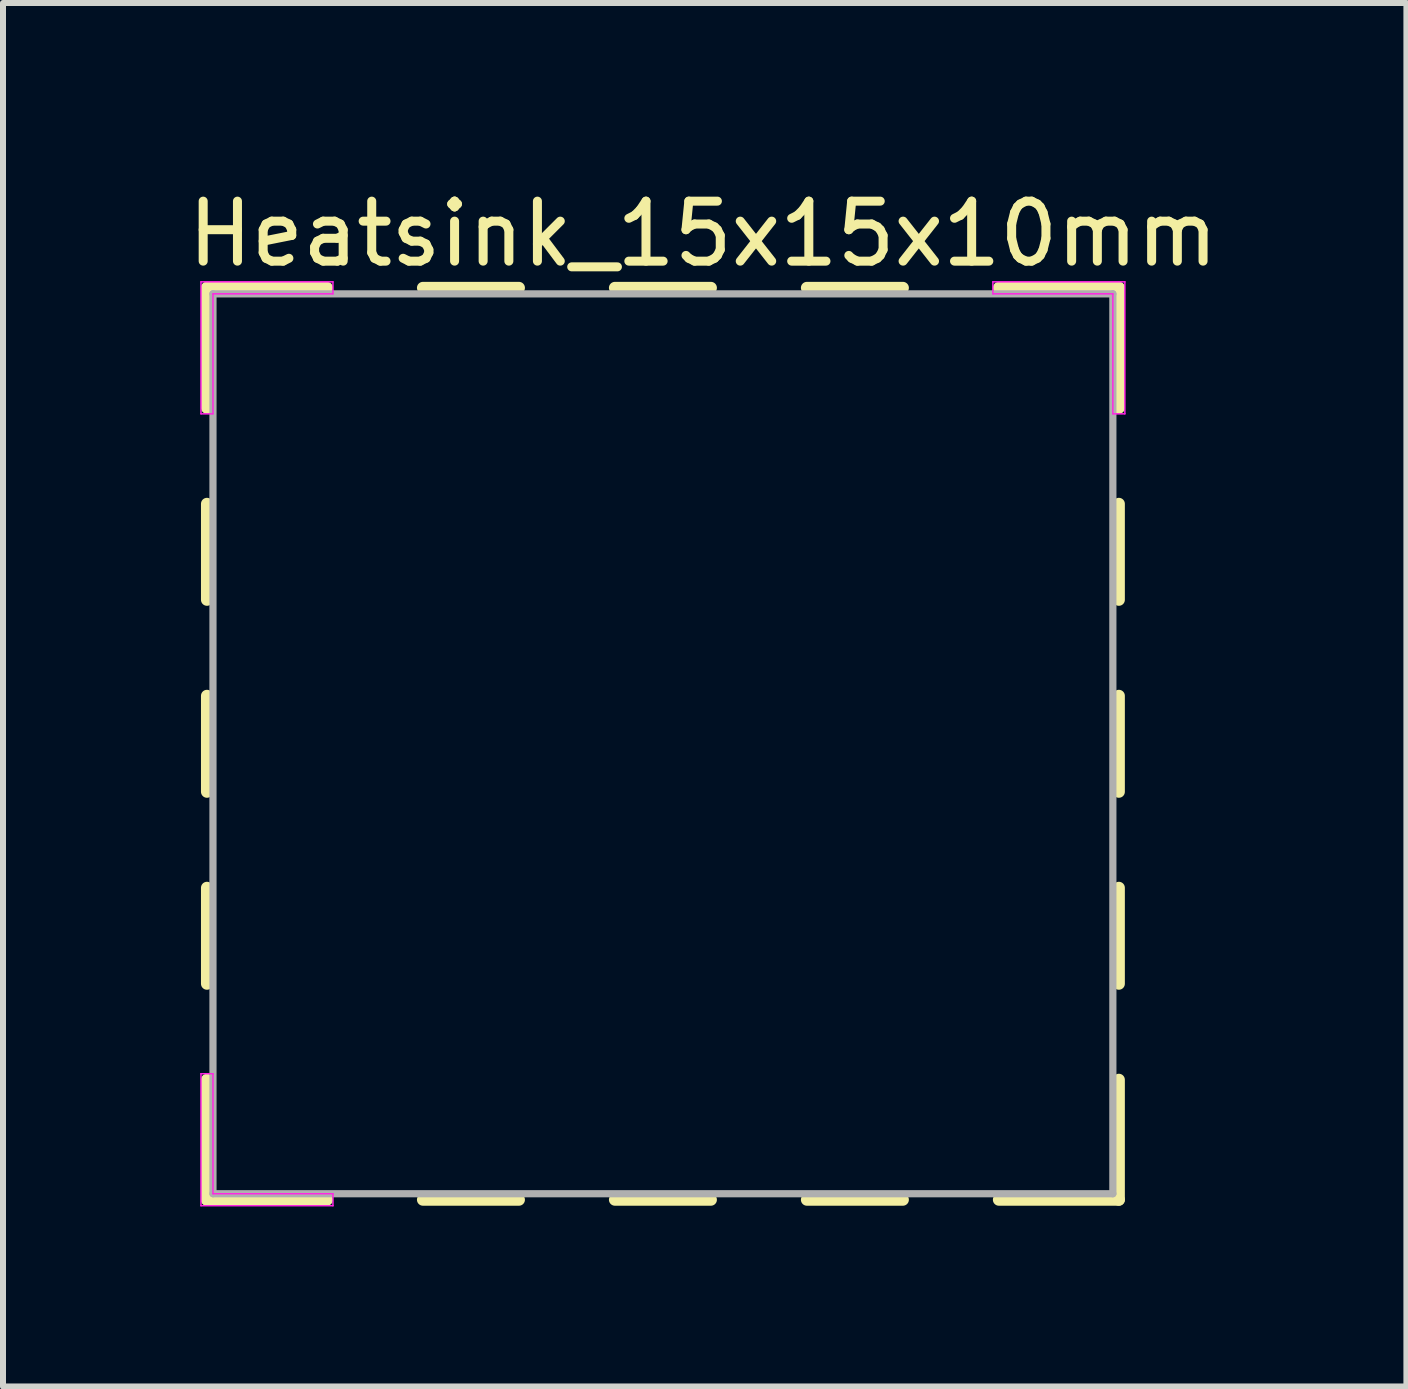
<source format=kicad_pcb>
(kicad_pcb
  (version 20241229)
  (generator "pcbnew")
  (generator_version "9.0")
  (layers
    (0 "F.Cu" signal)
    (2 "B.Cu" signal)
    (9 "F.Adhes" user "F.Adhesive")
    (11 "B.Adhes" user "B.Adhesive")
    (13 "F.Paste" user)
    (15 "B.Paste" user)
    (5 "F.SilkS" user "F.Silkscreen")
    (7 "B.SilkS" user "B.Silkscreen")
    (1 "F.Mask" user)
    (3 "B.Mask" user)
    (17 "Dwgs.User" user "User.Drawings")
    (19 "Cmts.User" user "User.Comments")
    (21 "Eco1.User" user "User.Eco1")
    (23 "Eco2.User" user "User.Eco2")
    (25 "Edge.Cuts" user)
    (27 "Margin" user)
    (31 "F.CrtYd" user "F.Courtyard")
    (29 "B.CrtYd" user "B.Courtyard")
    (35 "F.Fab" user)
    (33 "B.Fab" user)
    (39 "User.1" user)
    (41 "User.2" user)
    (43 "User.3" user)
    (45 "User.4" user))
  (footprint "Heatsink_15x15x10mm"
    (layer "F.Cu")
    (at 8 9.348)
    (property "Reference" "Heatsink_15x15x10mm" (at -8 -8.5 0) (layer "F.SilkS") (effects (font (size 1 1) (thickness 0.15)) (justify left)))
    (attr through_hole)
    (fp_line (start -7.6 -5.6) (end -7.6 -7.6) (stroke (width 0.2) (type solid)) (layer "F.SilkS"))
    (fp_line (start -7.6 -4) (end -7.6 -2.4) (stroke (width 0.2) (type solid)) (layer "F.SilkS"))
    (fp_line (start -7.6 -0.8) (end -7.6 0.8) (stroke (width 0.2) (type solid)) (layer "F.SilkS"))
    (fp_line (start -7.6 2.4) (end -7.6 4) (stroke (width 0.2) (type solid)) (layer "F.SilkS"))
    (fp_line (start -7.6 5.6) (end -7.6 7.6) (stroke (width 0.2) (type solid)) (layer "F.SilkS"))
    (fp_line (start -5.6 -7.6) (end -7.6 -7.6) (stroke (width 0.2) (type solid)) (layer "F.SilkS"))
    (fp_line (start -5.6 7.6) (end -7.6 7.6) (stroke (width 0.2) (type solid)) (layer "F.SilkS"))
    (fp_line (start -4 7.6) (end -2.4 7.6) (stroke (width 0.2) (type solid)) (layer "F.SilkS"))
    (fp_line (start -2.4 -7.6) (end -4 -7.6) (stroke (width 0.2) (type solid)) (layer "F.SilkS"))
    (fp_line (start -0.8 7.6) (end 0.8 7.6) (stroke (width 0.2) (type solid)) (layer "F.SilkS"))
    (fp_line (start 0.8 -7.6) (end -0.8 -7.6) (stroke (width 0.2) (type solid)) (layer "F.SilkS"))
    (fp_line (start 2.4 7.6) (end 4 7.6) (stroke (width 0.2) (type solid)) (layer "F.SilkS"))
    (fp_line (start 4 -7.6) (end 2.4 -7.6) (stroke (width 0.2) (type solid)) (layer "F.SilkS"))
    (fp_line (start 5.6 -7.6) (end 7.6 -7.6) (stroke (width 0.2) (type solid)) (layer "F.SilkS"))
    (fp_line (start 5.6 7.6) (end 7.6 7.6) (stroke (width 0.2) (type solid)) (layer "F.SilkS"))
    (fp_line (start 7.6 -5.6) (end 7.6 -7.6) (stroke (width 0.2) (type solid)) (layer "F.SilkS"))
    (fp_line (start 7.6 -2.4) (end 7.6 -4) (stroke (width 0.2) (type solid)) (layer "F.SilkS"))
    (fp_line (start 7.6 0.8) (end 7.6 -0.8) (stroke (width 0.2) (type solid)) (layer "F.SilkS"))
    (fp_line (start 7.6 4) (end 7.6 2.4) (stroke (width 0.2) (type solid)) (layer "F.SilkS"))
    (fp_line (start 7.6 5.6) (end 7.6 7.6) (stroke (width 0.2) (type solid)) (layer "F.SilkS"))
    (fp_line (start -7.7 -5.5) (end -7.7 -7.7) (stroke (width 0.025) (type solid)) (layer "F.CrtYd"))
    (fp_line (start -7.7 -5.5) (end -7.5 -5.5) (stroke (width 0.025) (type solid)) (layer "F.CrtYd"))
    (fp_line (start -7.7 5.5) (end -7.7 7.7) (stroke (width 0.025) (type solid)) (layer "F.CrtYd"))
    (fp_line (start -7.5 -7.5) (end -7.5 -5.5) (stroke (width 0.025) (type solid)) (layer "F.CrtYd"))
    (fp_line (start -7.5 -7.5) (end -5.5 -7.5) (stroke (width 0.025) (type solid)) (layer "F.CrtYd"))
    (fp_line (start -7.5 5.5) (end -7.7 5.5) (stroke (width 0.025) (type solid)) (layer "F.CrtYd"))
    (fp_line (start -7.5 7.5) (end -7.5 5.5) (stroke (width 0.025) (type solid)) (layer "F.CrtYd"))
    (fp_line (start -7.5 7.5) (end -5.5 7.5) (stroke (width 0.025) (type solid)) (layer "F.CrtYd"))
    (fp_line (start -5.5 -7.7) (end -7.7 -7.7) (stroke (width 0.025) (type solid)) (layer "F.CrtYd"))
    (fp_line (start -5.5 -7.5) (end -5.5 -7.7) (stroke (width 0.025) (type solid)) (layer "F.CrtYd"))
    (fp_line (start -5.5 7.7) (end -7.7 7.7) (stroke (width 0.025) (type solid)) (layer "F.CrtYd"))
    (fp_line (start -5.5 7.7) (end -5.5 7.5) (stroke (width 0.025) (type solid)) (layer "F.CrtYd"))
    (fp_line (start 5.5 -7.7) (end 5.5 -7.5) (stroke (width 0.025) (type solid)) (layer "F.CrtYd"))
    (fp_line (start 5.5 -7.7) (end 7.7 -7.7) (stroke (width 0.025) (type solid)) (layer "F.CrtYd"))
    (fp_line (start 7.5 -7.5) (end 5.5 -7.5) (stroke (width 0.025) (type solid)) (layer "F.CrtYd"))
    (fp_line (start 7.5 -7.5) (end 7.5 -5.5) (stroke (width 0.025) (type solid)) (layer "F.CrtYd"))
    (fp_line (start 7.5 -5.5) (end 7.7 -5.5) (stroke (width 0.025) (type solid)) (layer "F.CrtYd"))
    (fp_line (start 7.7 -5.5) (end 7.7 -7.7) (stroke (width 0.025) (type solid)) (layer "F.CrtYd"))
    (fp_line (start -7.5 -7.5) (end -7.5 7.5) (stroke (width 0.12) (type solid)) (layer "F.Fab"))
    (fp_line (start -7.5 -7.5) (end 7.5 -7.5) (stroke (width 0.12) (type solid)) (layer "F.Fab"))
    (fp_line (start 7.5 -7.5) (end 7.5 7.5) (stroke (width 0.12) (type solid)) (layer "F.Fab"))
    (fp_line (start 7.5 7.5) (end -7.5 7.5) (stroke (width 0.12) (type solid)) (layer "F.Fab")))
  (gr_rect
    (start -3 -3)
    (end 20.393 20.061)
    (stroke (width 0.1) (type default))
    (fill no)
    (layer "Edge.Cuts")))
</source>
